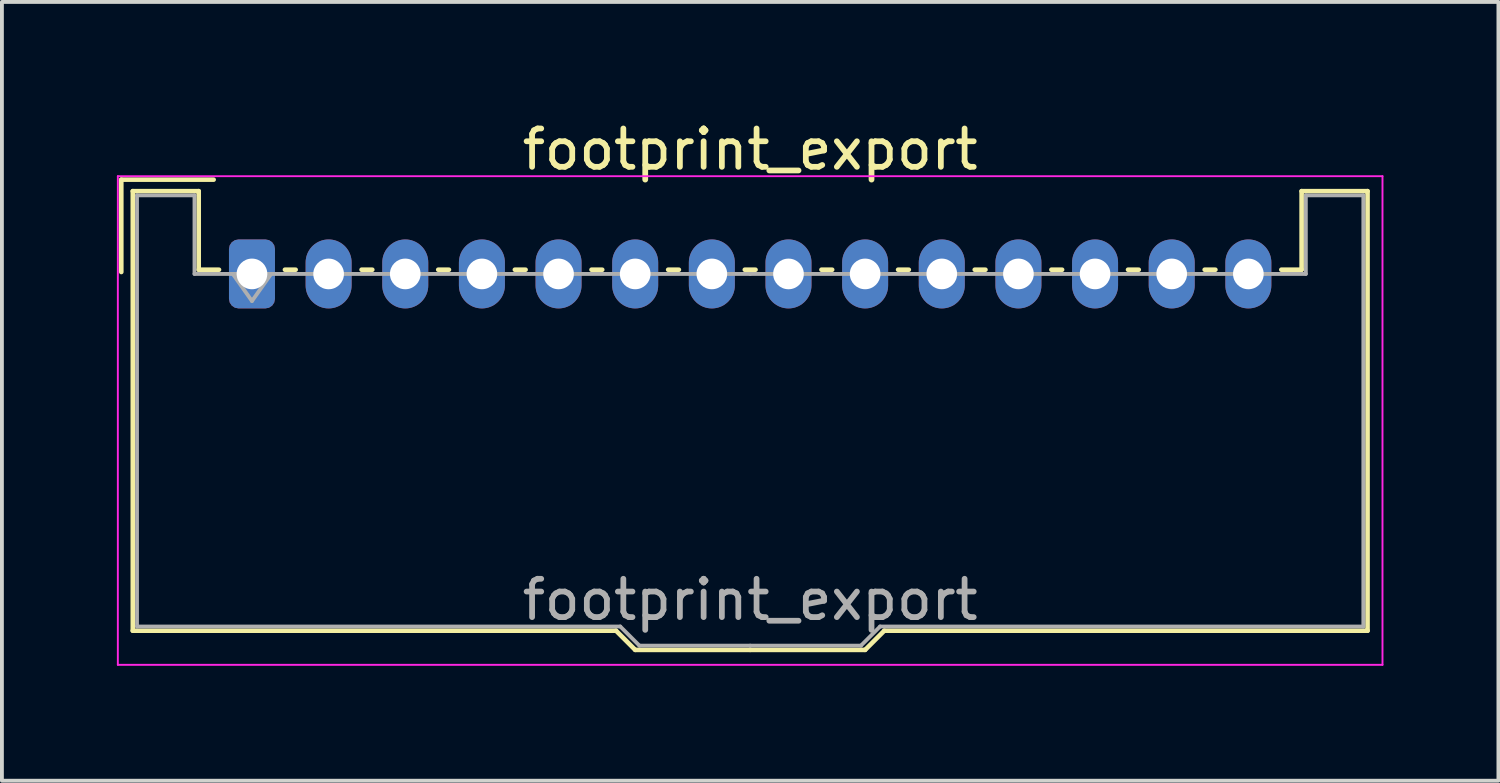
<source format=kicad_pcb>
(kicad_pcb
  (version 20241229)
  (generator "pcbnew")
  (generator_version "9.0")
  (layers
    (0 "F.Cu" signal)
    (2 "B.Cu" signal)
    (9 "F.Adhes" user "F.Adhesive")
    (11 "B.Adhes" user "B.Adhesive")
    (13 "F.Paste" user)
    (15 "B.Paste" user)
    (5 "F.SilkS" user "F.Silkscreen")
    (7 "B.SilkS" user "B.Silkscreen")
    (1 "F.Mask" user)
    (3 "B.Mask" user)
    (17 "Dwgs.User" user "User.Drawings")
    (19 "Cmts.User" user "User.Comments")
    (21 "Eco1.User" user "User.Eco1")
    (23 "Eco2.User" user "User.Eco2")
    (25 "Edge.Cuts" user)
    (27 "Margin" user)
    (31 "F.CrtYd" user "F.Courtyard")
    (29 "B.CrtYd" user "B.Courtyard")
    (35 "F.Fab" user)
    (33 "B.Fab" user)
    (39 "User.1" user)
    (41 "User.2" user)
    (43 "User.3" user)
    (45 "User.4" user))
  (footprint "footprint_export"
    (layer "F.Cu")
    (at 3.525 4.098)
    (property "Reference" "footprint_export" (at 13 -3.25 0) (layer "F.SilkS") (effects (font (size 1 1) (thickness 0.15))))
    (attr through_hole)
    (fp_line (start -3.41 -2.46) (end -1 -2.46) (stroke (width 0.12) (type solid)) (layer "F.SilkS"))
    (fp_line (start -3.41 -0.05) (end -3.41 -2.46) (stroke (width 0.12) (type solid)) (layer "F.SilkS"))
    (fp_line (start -3.11 -2.16) (end -1.39 -2.16) (stroke (width 0.12) (type solid)) (layer "F.SilkS"))
    (fp_line (start -3.11 9.31) (end -3.11 -2.16) (stroke (width 0.12) (type solid)) (layer "F.SilkS"))
    (fp_line (start -1.39 -2.16) (end -1.39 -0.11) (stroke (width 0.12) (type solid)) (layer "F.SilkS"))
    (fp_line (start -1.39 -0.11) (end -0.86 -0.11) (stroke (width 0.12) (type solid)) (layer "F.SilkS"))
    (fp_line (start 0.86 -0.11) (end 1.14 -0.11) (stroke (width 0.12) (type solid)) (layer "F.SilkS"))
    (fp_line (start 2.86 -0.11) (end 3.14 -0.11) (stroke (width 0.12) (type solid)) (layer "F.SilkS"))
    (fp_line (start 4.86 -0.11) (end 5.14 -0.11) (stroke (width 0.12) (type solid)) (layer "F.SilkS"))
    (fp_line (start 6.86 -0.11) (end 7.14 -0.11) (stroke (width 0.12) (type solid)) (layer "F.SilkS"))
    (fp_line (start 8.86 -0.11) (end 9.14 -0.11) (stroke (width 0.12) (type solid)) (layer "F.SilkS"))
    (fp_line (start 9.5 9.31) (end -3.11 9.31) (stroke (width 0.12) (type solid)) (layer "F.SilkS"))
    (fp_line (start 10 9.81) (end 9.5 9.31) (stroke (width 0.12) (type solid)) (layer "F.SilkS"))
    (fp_line (start 10.86 -0.11) (end 11.14 -0.11) (stroke (width 0.12) (type solid)) (layer "F.SilkS"))
    (fp_line (start 12.86 -0.11) (end 13.14 -0.11) (stroke (width 0.12) (type solid)) (layer "F.SilkS"))
    (fp_line (start 13 9.81) (end 10 9.81) (stroke (width 0.12) (type solid)) (layer "F.SilkS"))
    (fp_line (start 13 9.81) (end 16 9.81) (stroke (width 0.12) (type solid)) (layer "F.SilkS"))
    (fp_line (start 14.86 -0.11) (end 15.14 -0.11) (stroke (width 0.12) (type solid)) (layer "F.SilkS"))
    (fp_line (start 16 9.81) (end 16.5 9.31) (stroke (width 0.12) (type solid)) (layer "F.SilkS"))
    (fp_line (start 16.5 9.31) (end 29.11 9.31) (stroke (width 0.12) (type solid)) (layer "F.SilkS"))
    (fp_line (start 16.86 -0.11) (end 17.14 -0.11) (stroke (width 0.12) (type solid)) (layer "F.SilkS"))
    (fp_line (start 18.86 -0.11) (end 19.14 -0.11) (stroke (width 0.12) (type solid)) (layer "F.SilkS"))
    (fp_line (start 20.86 -0.11) (end 21.14 -0.11) (stroke (width 0.12) (type solid)) (layer "F.SilkS"))
    (fp_line (start 22.86 -0.11) (end 23.14 -0.11) (stroke (width 0.12) (type solid)) (layer "F.SilkS"))
    (fp_line (start 24.86 -0.11) (end 25.14 -0.11) (stroke (width 0.12) (type solid)) (layer "F.SilkS"))
    (fp_line (start 27.39 -2.16) (end 27.39 -0.11) (stroke (width 0.12) (type solid)) (layer "F.SilkS"))
    (fp_line (start 27.39 -0.11) (end 26.86 -0.11) (stroke (width 0.12) (type solid)) (layer "F.SilkS"))
    (fp_line (start 29.11 -2.16) (end 27.39 -2.16) (stroke (width 0.12) (type solid)) (layer "F.SilkS"))
    (fp_line (start 29.11 9.31) (end 29.11 -2.16) (stroke (width 0.12) (type solid)) (layer "F.SilkS"))
    (fp_line (start -3.5 -2.55) (end -3.5 10.2) (stroke (width 0.05) (type solid)) (layer "F.CrtYd"))
    (fp_line (start -3.5 10.2) (end 29.5 10.2) (stroke (width 0.05) (type solid)) (layer "F.CrtYd"))
    (fp_line (start 29.5 -2.55) (end -3.5 -2.55) (stroke (width 0.05) (type solid)) (layer "F.CrtYd"))
    (fp_line (start 29.5 10.2) (end 29.5 -2.55) (stroke (width 0.05) (type solid)) (layer "F.CrtYd"))
    (fp_line (start -3 -2.05) (end -1.5 -2.05) (stroke (width 0.1) (type solid)) (layer "F.Fab"))
    (fp_line (start -3 9.2) (end -3 -2.05) (stroke (width 0.1) (type solid)) (layer "F.Fab"))
    (fp_line (start -1.5 -2.05) (end -1.5 0) (stroke (width 0.1) (type solid)) (layer "F.Fab"))
    (fp_line (start -1.5 0) (end 13 0) (stroke (width 0.1) (type solid)) (layer "F.Fab"))
    (fp_line (start -0.5 0) (end 0 0.707) (stroke (width 0.1) (type solid)) (layer "F.Fab"))
    (fp_line (start 0 0.707) (end 0.5 0) (stroke (width 0.1) (type solid)) (layer "F.Fab"))
    (fp_line (start 9.61 9.2) (end -3 9.2) (stroke (width 0.1) (type solid)) (layer "F.Fab"))
    (fp_line (start 10.11 9.7) (end 9.61 9.2) (stroke (width 0.1) (type solid)) (layer "F.Fab"))
    (fp_line (start 13 9.7) (end 10.11 9.7) (stroke (width 0.1) (type solid)) (layer "F.Fab"))
    (fp_line (start 13 9.7) (end 15.89 9.7) (stroke (width 0.1) (type solid)) (layer "F.Fab"))
    (fp_line (start 15.89 9.7) (end 16.39 9.2) (stroke (width 0.1) (type solid)) (layer "F.Fab"))
    (fp_line (start 16.39 9.2) (end 29 9.2) (stroke (width 0.1) (type solid)) (layer "F.Fab"))
    (fp_line (start 27.5 -2.05) (end 27.5 0) (stroke (width 0.1) (type solid)) (layer "F.Fab"))
    (fp_line (start 27.5 0) (end 13 0) (stroke (width 0.1) (type solid)) (layer "F.Fab"))
    (fp_line (start 29 -2.05) (end 27.5 -2.05) (stroke (width 0.1) (type solid)) (layer "F.Fab"))
    (fp_line (start 29 9.2) (end 29 -2.05) (stroke (width 0.1) (type solid)) (layer "F.Fab"))
    (fp_text user "${REFERENCE}" (at 13 8.5 0) (layer "F.Fab") (effects (font (size 1 1) (thickness 0.15))))
    (pad "1" thru_hole roundrect (at 0 0) (size 1.2 1.8) (drill 0.8) (layers "*.Cu" "*.Mask") (roundrect_rratio 0.208))
    (pad "2" thru_hole oval (at 2 0) (size 1.2 1.8) (drill 0.8) (layers "*.Cu" "*.Mask"))
    (pad "3" thru_hole oval (at 4 0) (size 1.2 1.8) (drill 0.8) (layers "*.Cu" "*.Mask"))
    (pad "4" thru_hole oval (at 6 0) (size 1.2 1.8) (drill 0.8) (layers "*.Cu" "*.Mask"))
    (pad "5" thru_hole oval (at 8 0) (size 1.2 1.8) (drill 0.8) (layers "*.Cu" "*.Mask"))
    (pad "6" thru_hole oval (at 10 0) (size 1.2 1.8) (drill 0.8) (layers "*.Cu" "*.Mask"))
    (pad "7" thru_hole oval (at 12 0) (size 1.2 1.8) (drill 0.8) (layers "*.Cu" "*.Mask"))
    (pad "8" thru_hole oval (at 14 0) (size 1.2 1.8) (drill 0.8) (layers "*.Cu" "*.Mask"))
    (pad "9" thru_hole oval (at 16 0) (size 1.2 1.8) (drill 0.8) (layers "*.Cu" "*.Mask"))
    (pad "10" thru_hole oval (at 18 0) (size 1.2 1.8) (drill 0.8) (layers "*.Cu" "*.Mask"))
    (pad "11" thru_hole oval (at 20 0) (size 1.2 1.8) (drill 0.8) (layers "*.Cu" "*.Mask"))
    (pad "12" thru_hole oval (at 22 0) (size 1.2 1.8) (drill 0.8) (layers "*.Cu" "*.Mask"))
    (pad "13" thru_hole oval (at 24 0) (size 1.2 1.8) (drill 0.8) (layers "*.Cu" "*.Mask"))
    (pad "14" thru_hole oval (at 26 0) (size 1.2 1.8) (drill 0.8) (layers "*.Cu" "*.Mask")))
  (gr_rect
    (start -3 -3)
    (end 36.05 17.323)
    (stroke (width 0.1) (type default))
    (fill no)
    (layer "Edge.Cuts")))
</source>
